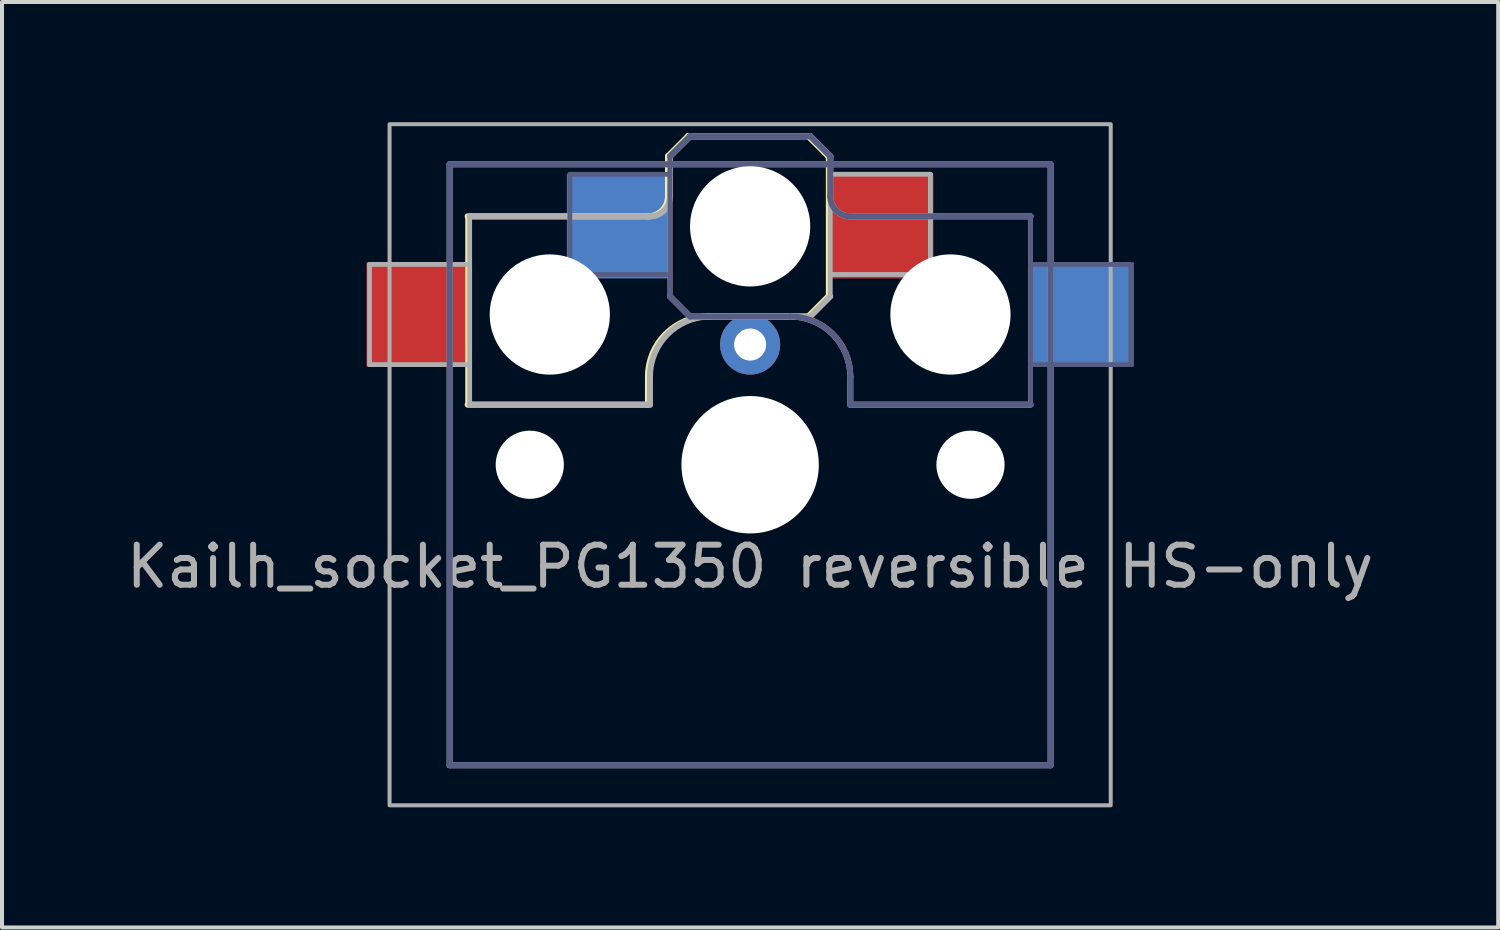
<source format=kicad_pcb>
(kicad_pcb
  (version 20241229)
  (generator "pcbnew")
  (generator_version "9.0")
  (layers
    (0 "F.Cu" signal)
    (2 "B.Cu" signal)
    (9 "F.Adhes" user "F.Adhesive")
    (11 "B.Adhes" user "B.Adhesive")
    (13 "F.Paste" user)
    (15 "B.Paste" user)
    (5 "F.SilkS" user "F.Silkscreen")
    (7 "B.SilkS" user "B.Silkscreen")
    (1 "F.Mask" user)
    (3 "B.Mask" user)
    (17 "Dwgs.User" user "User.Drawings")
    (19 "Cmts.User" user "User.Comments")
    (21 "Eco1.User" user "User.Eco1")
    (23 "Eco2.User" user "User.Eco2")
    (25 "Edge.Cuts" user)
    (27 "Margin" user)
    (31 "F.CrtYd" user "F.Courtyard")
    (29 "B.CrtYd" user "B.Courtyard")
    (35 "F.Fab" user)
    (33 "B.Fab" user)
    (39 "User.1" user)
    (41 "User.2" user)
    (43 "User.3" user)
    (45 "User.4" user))
  (footprint "Kailh_socket_PG1350 reversible HS-only"
    (layer "F.Cu")
    (at 15.673 8.55)
    (property "Reference" "Kailh_socket_PG1350 reversible HS-only" (at 0 2.54 0) (layer "F.Fab") (effects (font (size 1 1) (thickness 0.15))))
    (fp_line (start -7.05 -6.2) (end -2.55 -6.2) (stroke (width 0.15) (type solid)) (layer "F.SilkS"))
    (fp_line (start -7.05 -1.5) (end -7.05 -6.2) (stroke (width 0.12) (type solid)) (layer "F.SilkS"))
    (fp_line (start -2.55 -2.2) (end -2.55 -1.5) (stroke (width 0.15) (type solid)) (layer "F.SilkS"))
    (fp_line (start -2.55 -1.5) (end -7.05 -1.5) (stroke (width 0.15) (type solid)) (layer "F.SilkS"))
    (fp_line (start -2.05 -6.7) (end -2.05 -7.7) (stroke (width 0.15) (type solid)) (layer "F.SilkS"))
    (fp_line (start -1.55 -8.2) (end -2.05 -7.7) (stroke (width 0.15) (type solid)) (layer "F.SilkS"))
    (fp_line (start 1.45 -8.2) (end -1.55 -8.2) (stroke (width 0.15) (type solid)) (layer "F.SilkS"))
    (fp_line (start 1.45 -3.7) (end -1.05 -3.7) (stroke (width 0.15) (type solid)) (layer "F.SilkS"))
    (fp_line (start 1.95 -7.7) (end 1.45 -8.2) (stroke (width 0.15) (type solid)) (layer "F.SilkS"))
    (fp_line (start 1.95 -4.25) (end 1.95 -7.7) (stroke (width 0.12) (type solid)) (layer "F.SilkS"))
    (fp_line (start 1.95 -4.2) (end 1.45 -3.7) (stroke (width 0.15) (type solid)) (layer "F.SilkS"))
    (fp_arc (start -2.55 -2.2) (mid -2.11066 -3.26066) (end -1.05 -3.7) (stroke (width 0.15) (type solid)) (layer "F.SilkS"))
    (fp_arc (start -2.05 -6.7) (mid -2.196447 -6.346447) (end -2.55 -6.2) (stroke (width 0.15) (type solid)) (layer "F.SilkS"))
    (fp_line (start -2 -7.7) (end -1.5 -8.2) (stroke (width 0.15) (type solid)) (layer "B.SilkS"))
    (fp_line (start -2 -4.25) (end -2 -7.7) (stroke (width 0.12) (type solid)) (layer "B.SilkS"))
    (fp_line (start -2 -4.2) (end -1.5 -3.7) (stroke (width 0.15) (type solid)) (layer "B.SilkS"))
    (fp_line (start -1.5 -8.2) (end 1.5 -8.2) (stroke (width 0.15) (type solid)) (layer "B.SilkS"))
    (fp_line (start -1.5 -3.7) (end 1 -3.7) (stroke (width 0.15) (type solid)) (layer "B.SilkS"))
    (fp_line (start 1.5 -8.2) (end 2 -7.7) (stroke (width 0.15) (type solid)) (layer "B.SilkS"))
    (fp_line (start 2 -6.7) (end 2 -7.7) (stroke (width 0.15) (type solid)) (layer "B.SilkS"))
    (fp_line (start 2.5 -2.2) (end 2.5 -1.5) (stroke (width 0.15) (type solid)) (layer "B.SilkS"))
    (fp_line (start 2.5 -1.5) (end 7 -1.5) (stroke (width 0.15) (type solid)) (layer "B.SilkS"))
    (fp_line (start 7 -6.2) (end 2.5 -6.2) (stroke (width 0.15) (type solid)) (layer "B.SilkS"))
    (fp_line (start 7 -1.5) (end 7 -6.2) (stroke (width 0.12) (type solid)) (layer "B.SilkS"))
    (fp_arc (start 1 -3.7) (mid 2.06066 -3.26066) (end 2.5 -2.2) (stroke (width 0.15) (type solid)) (layer "B.SilkS"))
    (fp_arc (start 2.5 -6.2) (mid 2.146447 -6.346447) (end 2 -6.7) (stroke (width 0.15) (type solid)) (layer "B.SilkS"))
    (fp_line (start -6.9 6.9) (end -6.9 -6.9) (stroke (width 0.15) (type solid)) (layer "Eco2.User"))
    (fp_line (start -6.9 6.9) (end 6.9 6.9) (stroke (width 0.15) (type solid)) (layer "Eco2.User"))
    (fp_line (start -2.6 -3.1) (end -2.6 -6.3) (stroke (width 0.15) (type solid)) (layer "Eco2.User"))
    (fp_line (start -2.6 -3.1) (end 2.6 -3.1) (stroke (width 0.15) (type solid)) (layer "Eco2.User"))
    (fp_line (start 2.6 -6.3) (end -2.6 -6.3) (stroke (width 0.15) (type solid)) (layer "Eco2.User"))
    (fp_line (start 2.6 -3.1) (end 2.6 -6.3) (stroke (width 0.15) (type solid)) (layer "Eco2.User"))
    (fp_line (start 6.9 -6.9) (end -6.9 -6.9) (stroke (width 0.15) (type solid)) (layer "Eco2.User"))
    (fp_line (start 6.9 -6.9) (end 6.9 6.9) (stroke (width 0.15) (type solid)) (layer "Eco2.User"))
    (fp_line (start -7.5 -7.5) (end 7.5 -7.5) (stroke (width 0.15) (type solid)) (layer "B.Fab"))
    (fp_line (start -7.5 7.5) (end -7.5 -7.5) (stroke (width 0.15) (type solid)) (layer "B.Fab"))
    (fp_line (start -4.5 -7.25) (end -2 -7.25) (stroke (width 0.12) (type solid)) (layer "B.Fab"))
    (fp_line (start -4.5 -4.75) (end -4.5 -7.25) (stroke (width 0.12) (type solid)) (layer "B.Fab"))
    (fp_line (start -2 -7.7) (end -1.5 -8.2) (stroke (width 0.15) (type solid)) (layer "B.Fab"))
    (fp_line (start -2 -4.75) (end -4.5 -4.75) (stroke (width 0.12) (type solid)) (layer "B.Fab"))
    (fp_line (start -2 -4.25) (end -2 -7.7) (stroke (width 0.12) (type solid)) (layer "B.Fab"))
    (fp_line (start -2 -4.2) (end -1.5 -3.7) (stroke (width 0.15) (type solid)) (layer "B.Fab"))
    (fp_line (start -1.5 -8.2) (end 1.5 -8.2) (stroke (width 0.15) (type solid)) (layer "B.Fab"))
    (fp_line (start -1.5 -3.7) (end 1 -3.7) (stroke (width 0.15) (type solid)) (layer "B.Fab"))
    (fp_line (start 1.5 -8.2) (end 2 -7.7) (stroke (width 0.15) (type solid)) (layer "B.Fab"))
    (fp_line (start 2 -6.7) (end 2 -7.7) (stroke (width 0.15) (type solid)) (layer "B.Fab"))
    (fp_line (start 2.5 -2.2) (end 2.5 -1.5) (stroke (width 0.15) (type solid)) (layer "B.Fab"))
    (fp_line (start 2.5 -1.5) (end 7 -1.5) (stroke (width 0.15) (type solid)) (layer "B.Fab"))
    (fp_line (start 7 -6.2) (end 2.5 -6.2) (stroke (width 0.15) (type solid)) (layer "B.Fab"))
    (fp_line (start 7 -5) (end 9.5 -5) (stroke (width 0.12) (type solid)) (layer "B.Fab"))
    (fp_line (start 7 -1.5) (end 7 -6.2) (stroke (width 0.12) (type solid)) (layer "B.Fab"))
    (fp_line (start 7.5 -7.5) (end 7.5 7.5) (stroke (width 0.15) (type solid)) (layer "B.Fab"))
    (fp_line (start 7.5 7.5) (end -7.5 7.5) (stroke (width 0.15) (type solid)) (layer "B.Fab"))
    (fp_line (start 9.5 -5) (end 9.5 -2.5) (stroke (width 0.12) (type solid)) (layer "B.Fab"))
    (fp_line (start 9.5 -2.5) (end 7 -2.5) (stroke (width 0.12) (type solid)) (layer "B.Fab"))
    (fp_arc (start 1 -3.7) (mid 2.06066 -3.26066) (end 2.5 -2.2) (stroke (width 0.15) (type solid)) (layer "B.Fab"))
    (fp_arc (start 2.5 -6.2) (mid 2.146447 -6.346447) (end 2 -6.7) (stroke (width 0.15) (type solid)) (layer "B.Fab"))
    (fp_line (start -9.5 -5) (end -9.5 -2.5) (stroke (width 0.12) (type solid)) (layer "F.Fab"))
    (fp_line (start -9.5 -2.5) (end -7 -2.5) (stroke (width 0.12) (type solid)) (layer "F.Fab"))
    (fp_line (start -7.5 -7.5) (end 7.5 -7.5) (stroke (width 0.15) (type solid)) (layer "F.Fab"))
    (fp_line (start -7.5 7.5) (end -7.5 -7.5) (stroke (width 0.15) (type solid)) (layer "F.Fab"))
    (fp_line (start -7 -6.2) (end -2.5 -6.2) (stroke (width 0.15) (type solid)) (layer "F.Fab"))
    (fp_line (start -7 -5) (end -9.5 -5) (stroke (width 0.12) (type solid)) (layer "F.Fab"))
    (fp_line (start -7 -1.5) (end -7 -6.2) (stroke (width 0.12) (type solid)) (layer "F.Fab"))
    (fp_line (start -2.5 -2.2) (end -2.5 -1.5) (stroke (width 0.15) (type solid)) (layer "F.Fab"))
    (fp_line (start -2.5 -1.5) (end -7 -1.5) (stroke (width 0.15) (type solid)) (layer "F.Fab"))
    (fp_line (start -2 -6.7) (end -2 -7.7) (stroke (width 0.15) (type solid)) (layer "F.Fab"))
    (fp_line (start -1.5 -8.2) (end -2 -7.7) (stroke (width 0.15) (type solid)) (layer "F.Fab"))
    (fp_line (start 1.5 -8.2) (end -1.5 -8.2) (stroke (width 0.15) (type solid)) (layer "F.Fab"))
    (fp_line (start 1.5 -3.7) (end -1 -3.7) (stroke (width 0.15) (type solid)) (layer "F.Fab"))
    (fp_line (start 2 -7.7) (end 1.5 -8.2) (stroke (width 0.15) (type solid)) (layer "F.Fab"))
    (fp_line (start 2 -4.75) (end 4.5 -4.75) (stroke (width 0.12) (type solid)) (layer "F.Fab"))
    (fp_line (start 2 -4.25) (end 2 -7.7) (stroke (width 0.12) (type solid)) (layer "F.Fab"))
    (fp_line (start 2 -4.2) (end 1.5 -3.7) (stroke (width 0.15) (type solid)) (layer "F.Fab"))
    (fp_line (start 4.5 -7.25) (end 2 -7.25) (stroke (width 0.12) (type solid)) (layer "F.Fab"))
    (fp_line (start 4.5 -4.75) (end 4.5 -7.25) (stroke (width 0.12) (type solid)) (layer "F.Fab"))
    (fp_line (start 7.5 -7.5) (end 7.5 7.5) (stroke (width 0.15) (type solid)) (layer "F.Fab"))
    (fp_line (start 7.5 7.5) (end -7.5 7.5) (stroke (width 0.15) (type solid)) (layer "F.Fab"))
    (fp_rect (start -9 -8.5) (end 9 8.5) (stroke (width 0.1) (type default)) (fill no) (layer "F.Fab"))
    (fp_arc (start -2.5 -2.2) (mid -2.06066 -3.26066) (end -1 -3.7) (stroke (width 0.15) (type solid)) (layer "F.Fab"))
    (fp_arc (start -2 -6.7) (mid -2.146447 -6.346447) (end -2.5 -6.2) (stroke (width 0.15) (type solid)) (layer "F.Fab"))
    (pad "" np_thru_hole circle (at -5.5 0) (size 1.702 1.702) (drill 1.702) (layers "*.Cu" "*.Mask"))
    (pad "" np_thru_hole circle (at -5 -3.75) (size 3 3) (drill 3) (layers "*.Cu" "*.Mask"))
    (pad "" np_thru_hole circle (at 0 -5.95) (size 3 3) (drill 3) (layers "*.Cu" "*.Mask"))
    (pad "" np_thru_hole circle (at 0 0) (size 3.429 3.429) (drill 3.429) (layers "*.Cu" "*.Mask"))
    (pad "" np_thru_hole circle (at 5 -3.75) (size 3 3) (drill 3) (layers "*.Cu" "*.Mask"))
    (pad "" np_thru_hole circle (at 5.5 0) (size 1.702 1.702) (drill 1.702) (layers "*.Cu" "*.Mask"))
    (pad "1" smd rect (at -3.275 -5.95) (size 2.6 2.6) (layers "B.Cu" "B.Mask" "B.Paste"))
    (pad "1" thru_hole circle (at 0 -3) (size 1.5 1.5) (drill 0.8) (layers "*.Cu" "*.Mask"))
    (pad "1" smd rect (at 3.275 -5.95) (size 2.6 2.6) (layers "F.Cu" "F.Mask" "F.Paste"))
    (pad "2" smd rect (at -8.275 -3.75) (size 2.6 2.6) (layers "F.Cu" "F.Mask" "F.Paste"))
    (pad "2" smd rect (at 8.275 -3.75) (size 2.6 2.6) (layers "B.Cu" "B.Mask" "B.Paste")))
  (gr_rect
    (start -3 -3)
    (end 34.345 20.1)
    (stroke (width 0.1) (type default))
    (fill no)
    (layer "Edge.Cuts")))
</source>
